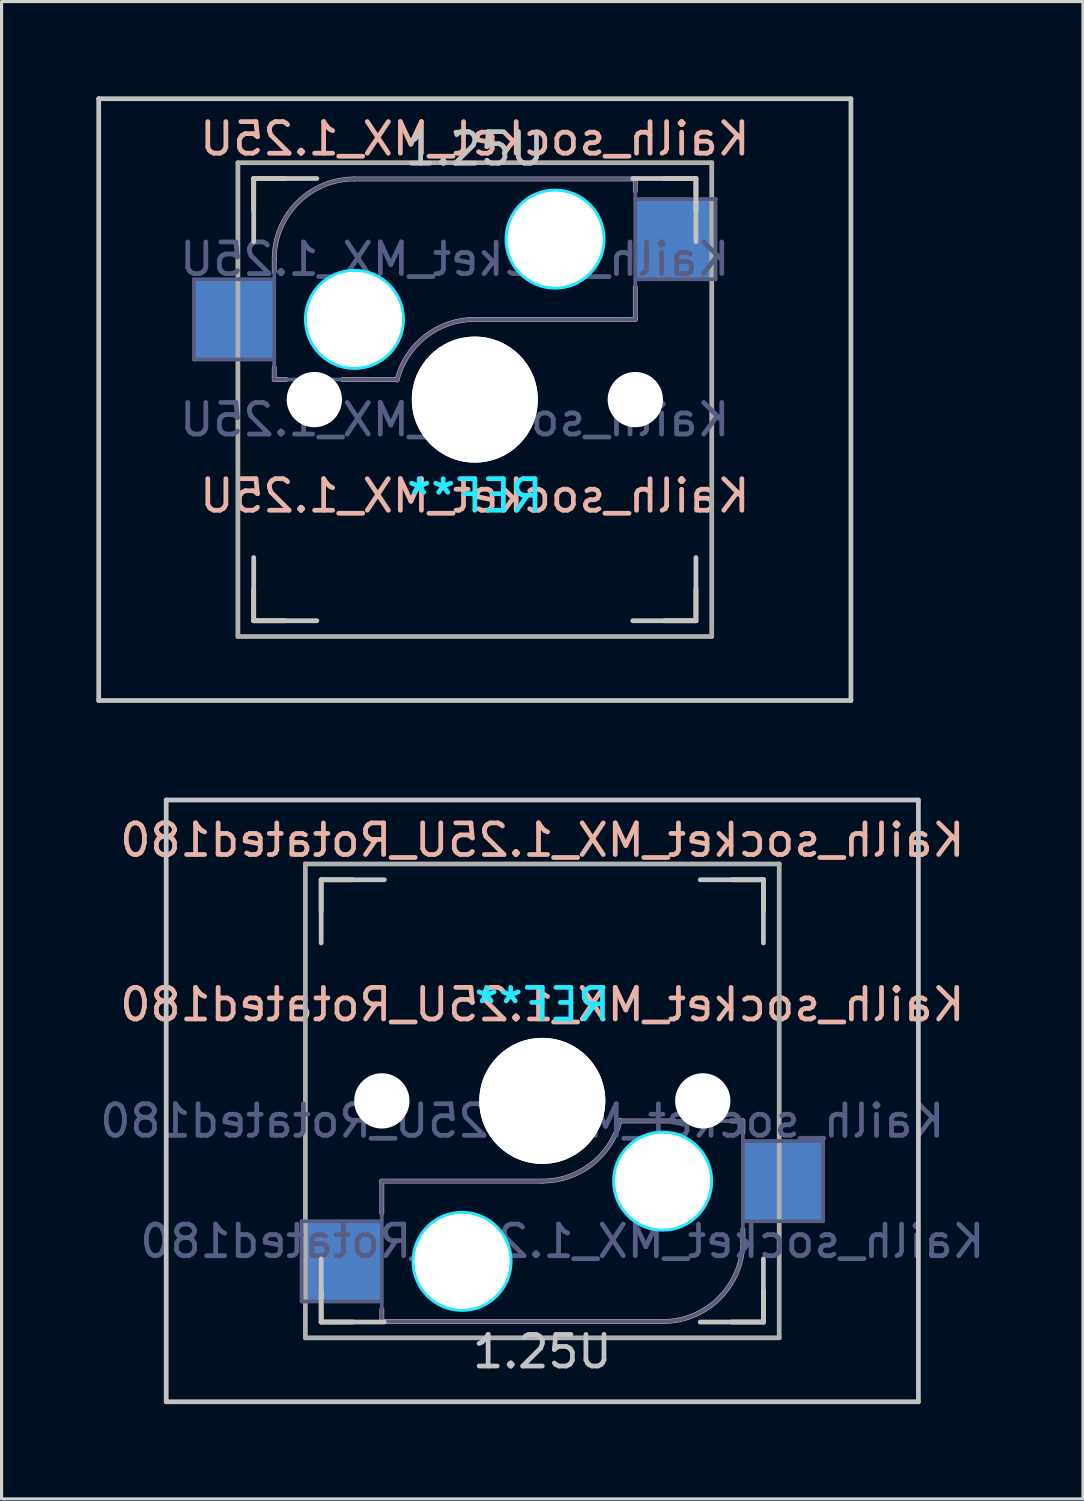
<source format=kicad_pcb>
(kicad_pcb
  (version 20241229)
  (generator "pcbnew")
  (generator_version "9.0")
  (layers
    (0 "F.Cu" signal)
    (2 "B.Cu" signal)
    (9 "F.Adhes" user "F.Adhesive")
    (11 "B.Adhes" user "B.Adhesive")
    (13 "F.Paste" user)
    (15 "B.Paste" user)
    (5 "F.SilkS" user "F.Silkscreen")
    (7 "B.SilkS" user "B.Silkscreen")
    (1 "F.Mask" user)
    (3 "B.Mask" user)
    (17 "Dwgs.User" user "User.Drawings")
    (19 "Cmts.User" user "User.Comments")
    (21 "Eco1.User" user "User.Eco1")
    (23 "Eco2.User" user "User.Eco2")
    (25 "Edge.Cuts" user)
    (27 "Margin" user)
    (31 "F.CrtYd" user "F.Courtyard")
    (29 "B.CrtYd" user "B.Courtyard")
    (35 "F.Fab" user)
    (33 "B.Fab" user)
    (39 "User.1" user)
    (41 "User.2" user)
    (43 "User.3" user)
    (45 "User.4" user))
  (footprint "Kailh_socket_MX_1.25U_Rotated180"
    (layer "F.Cu")
    (at 14.117 31.8)
    (property "Reference" "Kailh_socket_MX_1.25U_Rotated180" (at 0 -8.255 0) (layer "B.SilkS") (effects (font (size 1 1) (thickness 0.15)) (justify mirror)))
    (property "Value" "Kailh_socket_MX_1.25U_Rotated180" (at 0 8.255 0) (layer "F.Fab") (hide yes) (effects (font (size 1 1) (thickness 0.15))))
    (attr smd)
    (fp_line (start -7 -6) (end -7 -7) (stroke (width 0.15) (type solid)) (layer "F.SilkS"))
    (fp_line (start -7 7) (end -7 6) (stroke (width 0.15) (type solid)) (layer "F.SilkS"))
    (fp_line (start -7 7) (end -6 7) (stroke (width 0.15) (type solid)) (layer "F.SilkS"))
    (fp_line (start -6 -7) (end -7 -7) (stroke (width 0.15) (type solid)) (layer "F.SilkS"))
    (fp_line (start 6 7) (end 7 7) (stroke (width 0.15) (type solid)) (layer "F.SilkS"))
    (fp_line (start 7 -7) (end 6 -7) (stroke (width 0.15) (type solid)) (layer "F.SilkS"))
    (fp_line (start 7 -7) (end 7 -6) (stroke (width 0.15) (type solid)) (layer "F.SilkS"))
    (fp_line (start 7 6) (end 7 7) (stroke (width 0.15) (type solid)) (layer "F.SilkS"))
    (fp_line (start -5.08 2.54) (end 0 2.54) (stroke (width 0.15) (type solid)) (layer "B.SilkS"))
    (fp_line (start -5.08 3.556) (end -5.08 2.54) (stroke (width 0.15) (type solid)) (layer "B.SilkS"))
    (fp_line (start -5.08 6.985) (end -5.08 6.604) (stroke (width 0.15) (type solid)) (layer "B.SilkS"))
    (fp_line (start 2.464 0.635) (end 4.191 0.635) (stroke (width 0.15) (type solid)) (layer "B.SilkS"))
    (fp_line (start 3.81 6.985) (end -5.08 6.985) (stroke (width 0.15) (type solid)) (layer "B.SilkS"))
    (fp_line (start 5.969 0.635) (end 6.35 0.635) (stroke (width 0.15) (type solid)) (layer "B.SilkS"))
    (fp_line (start 6.35 1.016) (end 6.35 0.635) (stroke (width 0.15) (type solid)) (layer "B.SilkS"))
    (fp_line (start 6.35 4.445) (end 6.35 4.064) (stroke (width 0.15) (type solid)) (layer "B.SilkS"))
    (fp_arc (start 2.464162 0.61604) (mid 1.563147 2.002042) (end 0 2.54) (stroke (width 0.15) (type solid)) (layer "B.SilkS"))
    (fp_arc (start 6.35 4.445) (mid 5.606051 6.241051) (end 3.81 6.985) (stroke (width 0.15) (type solid)) (layer "B.SilkS"))
    (fp_line (start -11.906 -9.525) (end 11.906 -9.525) (stroke (width 0.15) (type solid)) (layer "Dwgs.User"))
    (fp_line (start -11.906 9.525) (end -11.906 -9.525) (stroke (width 0.15) (type solid)) (layer "Dwgs.User"))
    (fp_line (start -7 -7) (end -7 -5) (stroke (width 0.15) (type solid)) (layer "Dwgs.User"))
    (fp_line (start -7 7) (end -7 5) (stroke (width 0.15) (type solid)) (layer "Dwgs.User"))
    (fp_line (start -5 -7) (end -7 -7) (stroke (width 0.15) (type solid)) (layer "Dwgs.User"))
    (fp_line (start -5 7) (end -7 7) (stroke (width 0.15) (type solid)) (layer "Dwgs.User"))
    (fp_line (start 5 7) (end 7 7) (stroke (width 0.15) (type solid)) (layer "Dwgs.User"))
    (fp_line (start 7 -7) (end 5 -7) (stroke (width 0.15) (type solid)) (layer "Dwgs.User"))
    (fp_line (start 7 -5) (end 7 -7) (stroke (width 0.15) (type solid)) (layer "Dwgs.User"))
    (fp_line (start 7 7) (end 7 5) (stroke (width 0.15) (type solid)) (layer "Dwgs.User"))
    (fp_line (start 11.906 -9.525) (end 11.906 9.525) (stroke (width 0.15) (type solid)) (layer "Dwgs.User"))
    (fp_line (start 11.906 9.525) (end -11.906 9.525) (stroke (width 0.15) (type solid)) (layer "Dwgs.User"))
    (fp_line (start -6.9 6.9) (end -6.9 -6.9) (stroke (width 0.15) (type solid)) (layer "Eco2.User"))
    (fp_line (start -6.9 6.9) (end 6.9 6.9) (stroke (width 0.15) (type solid)) (layer "Eco2.User"))
    (fp_line (start 6.9 -6.9) (end -6.9 -6.9) (stroke (width 0.15) (type solid)) (layer "Eco2.User"))
    (fp_line (start 6.9 -6.9) (end 6.9 6.9) (stroke (width 0.15) (type solid)) (layer "Eco2.User"))
    (fp_circle (center -2.54 5.08) (end -2.54 6.604) (stroke (width 0.15) (type solid)) (fill no) (layer "B.CrtYd"))
    (fp_circle (center 3.81 2.54) (end 3.81 4.064) (stroke (width 0.15) (type solid)) (fill no) (layer "B.CrtYd"))
    (fp_line (start -7.62 3.81) (end -5.08 3.81) (stroke (width 0.12) (type solid)) (layer "B.Fab"))
    (fp_line (start -7.62 6.35) (end -7.62 3.81) (stroke (width 0.12) (type solid)) (layer "B.Fab"))
    (fp_line (start -5.08 2.54) (end 0 2.54) (stroke (width 0.12) (type solid)) (layer "B.Fab"))
    (fp_line (start -5.08 6.35) (end -7.62 6.35) (stroke (width 0.12) (type solid)) (layer "B.Fab"))
    (fp_line (start -5.08 6.985) (end -5.08 2.54) (stroke (width 0.12) (type solid)) (layer "B.Fab"))
    (fp_line (start 3.81 6.985) (end -5.08 6.985) (stroke (width 0.12) (type solid)) (layer "B.Fab"))
    (fp_line (start 6.35 0.635) (end 2.54 0.635) (stroke (width 0.12) (type solid)) (layer "B.Fab"))
    (fp_line (start 6.35 0.635) (end 6.35 4.445) (stroke (width 0.12) (type solid)) (layer "B.Fab"))
    (fp_line (start 6.35 1.27) (end 8.89 1.27) (stroke (width 0.12) (type solid)) (layer "B.Fab"))
    (fp_line (start 8.89 1.27) (end 8.89 3.81) (stroke (width 0.12) (type solid)) (layer "B.Fab"))
    (fp_line (start 8.89 3.81) (end 6.35 3.81) (stroke (width 0.12) (type solid)) (layer "B.Fab"))
    (fp_arc (start 2.464162 0.61604) (mid 1.563147 2.002042) (end 0 2.54) (stroke (width 0.12) (type solid)) (layer "B.Fab"))
    (fp_arc (start 6.35 4.445) (mid 5.606051 6.241051) (end 3.81 6.985) (stroke (width 0.12) (type solid)) (layer "B.Fab"))
    (fp_line (start -7.5 -7.5) (end 7.5 -7.5) (stroke (width 0.15) (type solid)) (layer "F.Fab"))
    (fp_line (start -7.5 7.5) (end -7.5 -7.5) (stroke (width 0.15) (type solid)) (layer "F.Fab"))
    (fp_line (start 7.5 -7.5) (end 7.5 7.5) (stroke (width 0.15) (type solid)) (layer "F.Fab"))
    (fp_line (start 7.5 7.5) (end -7.5 7.5) (stroke (width 0.15) (type solid)) (layer "F.Fab"))
    (fp_text user "${REFERENCE}" (at 0 -3.048 180) (layer "B.SilkS") (effects (font (size 1 1) (thickness 0.15)) (justify mirror)))
    (fp_text user "1.25U" (at 0 7.938 180) (layer "Dwgs.User") (effects (font (size 1 1) (thickness 0.15))))
    (fp_text user "REF**" (at 0 -3.048 180) (layer "B.CrtYd") (effects (font (size 1 1) (thickness 0.15)) (justify mirror)))
    (fp_text user "${VALUE}" (at -0.635 0.635 0) (layer "B.Fab") (effects (font (size 1 1) (thickness 0.15)) (justify mirror)))
    (fp_text user "${REFERENCE}" (at 0.635 4.445 180) (layer "B.Fab") (effects (font (size 1 1) (thickness 0.15)) (justify mirror)))
    (pad "" np_thru_hole circle (at -5.08 0 180) (size 1.702 1.702) (drill 1.702) (layers "*.Cu" "*.Mask"))
    (pad "" np_thru_hole circle (at -5.08 0 228.1) (size 1.75 1.75) (drill 1.75) (layers "*.Cu" "*.Mask"))
    (pad "" np_thru_hole circle (at -2.54 5.08 180) (size 3 3) (drill 3) (layers "*.Cu" "*.Mask"))
    (pad "" np_thru_hole circle (at -2.54 5.08 180) (size 3 3) (drill 3) (layers "*.Cu" "*.Mask"))
    (pad "" np_thru_hole circle (at 0 0 180) (size 3.988 3.988) (drill 3.988) (layers "*.Cu" "*.Mask"))
    (pad "" np_thru_hole circle (at 0 0 180) (size 3.988 3.988) (drill 3.988) (layers "*.Cu" "*.Mask"))
    (pad "" np_thru_hole circle (at 3.81 2.54 180) (size 3 3) (drill 3) (layers "*.Cu" "*.Mask"))
    (pad "" np_thru_hole circle (at 3.81 2.54 180) (size 3 3) (drill 3) (layers "*.Cu" "*.Mask"))
    (pad "" np_thru_hole circle (at 5.08 0 180) (size 1.702 1.702) (drill 1.702) (layers "*.Cu" "*.Mask"))
    (pad "" np_thru_hole circle (at 5.08 0 228.1) (size 1.75 1.75) (drill 1.75) (layers "*.Cu" "*.Mask"))
    (pad "1" smd rect (at 7.62 2.54 180) (size 2.55 2.5) (layers "B.Cu" "B.Mask" "B.Paste"))
    (pad "2" smd rect (at -6.35 5.08 180) (size 2.55 2.5) (layers "B.Cu" "B.Mask" "B.Paste")))
  (footprint "Kailh_socket_MX_1.25U"
    (layer "F.Cu")
    (at 11.981 9.6)
    (property "Reference" "Kailh_socket_MX_1.25U" (at 0 -8.255 0) (layer "B.SilkS") (effects (font (size 1 1) (thickness 0.15)) (justify mirror)))
    (property "Value" "Kailh_socket_MX_1.25U" (at 0 8.255 0) (layer "F.Fab") (hide yes) (effects (font (size 1 1) (thickness 0.15))))
    (attr smd)
    (fp_line (start -7 -6) (end -7 -7) (stroke (width 0.15) (type solid)) (layer "F.SilkS"))
    (fp_line (start -7 7) (end -7 6) (stroke (width 0.15) (type solid)) (layer "F.SilkS"))
    (fp_line (start -7 7) (end -6 7) (stroke (width 0.15) (type solid)) (layer "F.SilkS"))
    (fp_line (start -6 -7) (end -7 -7) (stroke (width 0.15) (type solid)) (layer "F.SilkS"))
    (fp_line (start 6 7) (end 7 7) (stroke (width 0.15) (type solid)) (layer "F.SilkS"))
    (fp_line (start 7 -7) (end 6 -7) (stroke (width 0.15) (type solid)) (layer "F.SilkS"))
    (fp_line (start 7 -7) (end 7 -6) (stroke (width 0.15) (type solid)) (layer "F.SilkS"))
    (fp_line (start 7 6) (end 7 7) (stroke (width 0.15) (type solid)) (layer "F.SilkS"))
    (fp_line (start -6.35 -4.445) (end -6.35 -4.064) (stroke (width 0.15) (type solid)) (layer "B.SilkS"))
    (fp_line (start -6.35 -1.016) (end -6.35 -0.635) (stroke (width 0.15) (type solid)) (layer "B.SilkS"))
    (fp_line (start -5.969 -0.635) (end -6.35 -0.635) (stroke (width 0.15) (type solid)) (layer "B.SilkS"))
    (fp_line (start -3.81 -6.985) (end 5.08 -6.985) (stroke (width 0.15) (type solid)) (layer "B.SilkS"))
    (fp_line (start -2.464 -0.635) (end -4.191 -0.635) (stroke (width 0.15) (type solid)) (layer "B.SilkS"))
    (fp_line (start 5.08 -6.985) (end 5.08 -6.604) (stroke (width 0.15) (type solid)) (layer "B.SilkS"))
    (fp_line (start 5.08 -3.556) (end 5.08 -2.54) (stroke (width 0.15) (type solid)) (layer "B.SilkS"))
    (fp_line (start 5.08 -2.54) (end 0 -2.54) (stroke (width 0.15) (type solid)) (layer "B.SilkS"))
    (fp_arc (start -6.35 -4.445) (mid -5.606051 -6.241051) (end -3.81 -6.985) (stroke (width 0.15) (type solid)) (layer "B.SilkS"))
    (fp_arc (start -2.464162 -0.61604) (mid -1.563147 -2.002042) (end 0 -2.54) (stroke (width 0.15) (type solid)) (layer "B.SilkS"))
    (fp_line (start -11.906 -9.525) (end 11.906 -9.525) (stroke (width 0.15) (type solid)) (layer "Dwgs.User"))
    (fp_line (start -11.906 9.525) (end -11.906 -9.525) (stroke (width 0.15) (type solid)) (layer "Dwgs.User"))
    (fp_line (start -7 -7) (end -7 -5) (stroke (width 0.15) (type solid)) (layer "Dwgs.User"))
    (fp_line (start -7 5) (end -7 7) (stroke (width 0.15) (type solid)) (layer "Dwgs.User"))
    (fp_line (start -7 7) (end -5 7) (stroke (width 0.15) (type solid)) (layer "Dwgs.User"))
    (fp_line (start -5 -7) (end -7 -7) (stroke (width 0.15) (type solid)) (layer "Dwgs.User"))
    (fp_line (start 5 -7) (end 7 -7) (stroke (width 0.15) (type solid)) (layer "Dwgs.User"))
    (fp_line (start 5 7) (end 7 7) (stroke (width 0.15) (type solid)) (layer "Dwgs.User"))
    (fp_line (start 7 -7) (end 7 -5) (stroke (width 0.15) (type solid)) (layer "Dwgs.User"))
    (fp_line (start 7 7) (end 7 5) (stroke (width 0.15) (type solid)) (layer "Dwgs.User"))
    (fp_line (start 11.906 -9.525) (end 11.906 9.525) (stroke (width 0.15) (type solid)) (layer "Dwgs.User"))
    (fp_line (start 11.906 9.525) (end -11.906 9.525) (stroke (width 0.15) (type solid)) (layer "Dwgs.User"))
    (fp_line (start -6.9 6.9) (end -6.9 -6.9) (stroke (width 0.15) (type solid)) (layer "Eco2.User"))
    (fp_line (start -6.9 6.9) (end 6.9 6.9) (stroke (width 0.15) (type solid)) (layer "Eco2.User"))
    (fp_line (start 6.9 -6.9) (end -6.9 -6.9) (stroke (width 0.15) (type solid)) (layer "Eco2.User"))
    (fp_line (start 6.9 -6.9) (end 6.9 6.9) (stroke (width 0.15) (type solid)) (layer "Eco2.User"))
    (fp_circle (center -3.81 -2.54) (end -3.81 -4.064) (stroke (width 0.15) (type solid)) (fill no) (layer "B.CrtYd"))
    (fp_circle (center 2.54 -5.08) (end 2.54 -6.604) (stroke (width 0.15) (type solid)) (fill no) (layer "B.CrtYd"))
    (fp_line (start -8.89 -3.81) (end -6.35 -3.81) (stroke (width 0.12) (type solid)) (layer "B.Fab"))
    (fp_line (start -8.89 -1.27) (end -8.89 -3.81) (stroke (width 0.12) (type solid)) (layer "B.Fab"))
    (fp_line (start -6.35 -1.27) (end -8.89 -1.27) (stroke (width 0.12) (type solid)) (layer "B.Fab"))
    (fp_line (start -6.35 -0.635) (end -6.35 -4.445) (stroke (width 0.12) (type solid)) (layer "B.Fab"))
    (fp_line (start -6.35 -0.635) (end -2.54 -0.635) (stroke (width 0.12) (type solid)) (layer "B.Fab"))
    (fp_line (start -3.81 -6.985) (end 5.08 -6.985) (stroke (width 0.12) (type solid)) (layer "B.Fab"))
    (fp_line (start 5.08 -6.985) (end 5.08 -2.54) (stroke (width 0.12) (type solid)) (layer "B.Fab"))
    (fp_line (start 5.08 -6.35) (end 7.62 -6.35) (stroke (width 0.12) (type solid)) (layer "B.Fab"))
    (fp_line (start 5.08 -2.54) (end 0 -2.54) (stroke (width 0.12) (type solid)) (layer "B.Fab"))
    (fp_line (start 7.62 -6.35) (end 7.62 -3.81) (stroke (width 0.12) (type solid)) (layer "B.Fab"))
    (fp_line (start 7.62 -3.81) (end 5.08 -3.81) (stroke (width 0.12) (type solid)) (layer "B.Fab"))
    (fp_arc (start -6.35 -4.445) (mid -5.606051 -6.241051) (end -3.81 -6.985) (stroke (width 0.12) (type solid)) (layer "B.Fab"))
    (fp_arc (start -2.464162 -0.61604) (mid -1.563147 -2.002042) (end 0 -2.54) (stroke (width 0.12) (type solid)) (layer "B.Fab"))
    (fp_line (start -7.5 -7.5) (end 7.5 -7.5) (stroke (width 0.15) (type solid)) (layer "F.Fab"))
    (fp_line (start -7.5 7.5) (end -7.5 -7.5) (stroke (width 0.15) (type solid)) (layer "F.Fab"))
    (fp_line (start 7.5 -7.5) (end 7.5 7.5) (stroke (width 0.15) (type solid)) (layer "F.Fab"))
    (fp_line (start 7.5 7.5) (end -7.5 7.5) (stroke (width 0.15) (type solid)) (layer "F.Fab"))
    (fp_text user "${REFERENCE}" (at 0 3.048 0) (layer "B.SilkS") (effects (font (size 1 1) (thickness 0.15)) (justify mirror)))
    (fp_text user "1.25U" (at 0 -7.938 0) (layer "Dwgs.User") (effects (font (size 1 1) (thickness 0.15))))
    (fp_text user "REF**" (at 0 3.048 0) (layer "B.CrtYd") (effects (font (size 1 1) (thickness 0.15)) (justify mirror)))
    (fp_text user "${REFERENCE}" (at -0.635 -4.445 0) (layer "B.Fab") (effects (font (size 1 1) (thickness 0.15)) (justify mirror)))
    (fp_text user "${VALUE}" (at -0.635 0.635 0) (layer "B.Fab") (effects (font (size 1 1) (thickness 0.15)) (justify mirror)))
    (pad "" np_thru_hole circle (at -5.08 0) (size 1.702 1.702) (drill 1.702) (layers "*.Cu" "*.Mask"))
    (pad "" np_thru_hole circle (at -5.08 0 48.1) (size 1.75 1.75) (drill 1.75) (layers "*.Cu" "*.Mask"))
    (pad "" np_thru_hole circle (at -3.81 -2.54) (size 3 3) (drill 3) (layers "*.Cu" "*.Mask"))
    (pad "" np_thru_hole circle (at -3.81 -2.54) (size 3 3) (drill 3) (layers "*.Cu" "*.Mask"))
    (pad "" np_thru_hole circle (at 0 0) (size 3.988 3.988) (drill 3.988) (layers "*.Cu" "*.Mask"))
    (pad "" np_thru_hole circle (at 0 0) (size 3.988 3.988) (drill 3.988) (layers "*.Cu" "*.Mask"))
    (pad "" np_thru_hole circle (at 2.54 -5.08) (size 3 3) (drill 3) (layers "*.Cu" "*.Mask"))
    (pad "" np_thru_hole circle (at 2.54 -5.08) (size 3 3) (drill 3) (layers "*.Cu" "*.Mask"))
    (pad "" np_thru_hole circle (at 5.08 0) (size 1.702 1.702) (drill 1.702) (layers "*.Cu" "*.Mask"))
    (pad "" np_thru_hole circle (at 5.08 0 48.1) (size 1.75 1.75) (drill 1.75) (layers "*.Cu" "*.Mask"))
    (pad "1" smd rect (at -7.62 -2.54) (size 2.55 2.5) (layers "B.Cu" "B.Mask" "B.Paste"))
    (pad "2" smd rect (at 6.35 -5.08) (size 2.55 2.5) (layers "B.Cu" "B.Mask" "B.Paste")))
  (gr_rect
    (start -3 -3)
    (end 31.234 44.4)
    (stroke (width 0.1) (type default))
    (fill no)
    (layer "Edge.Cuts")))
</source>
